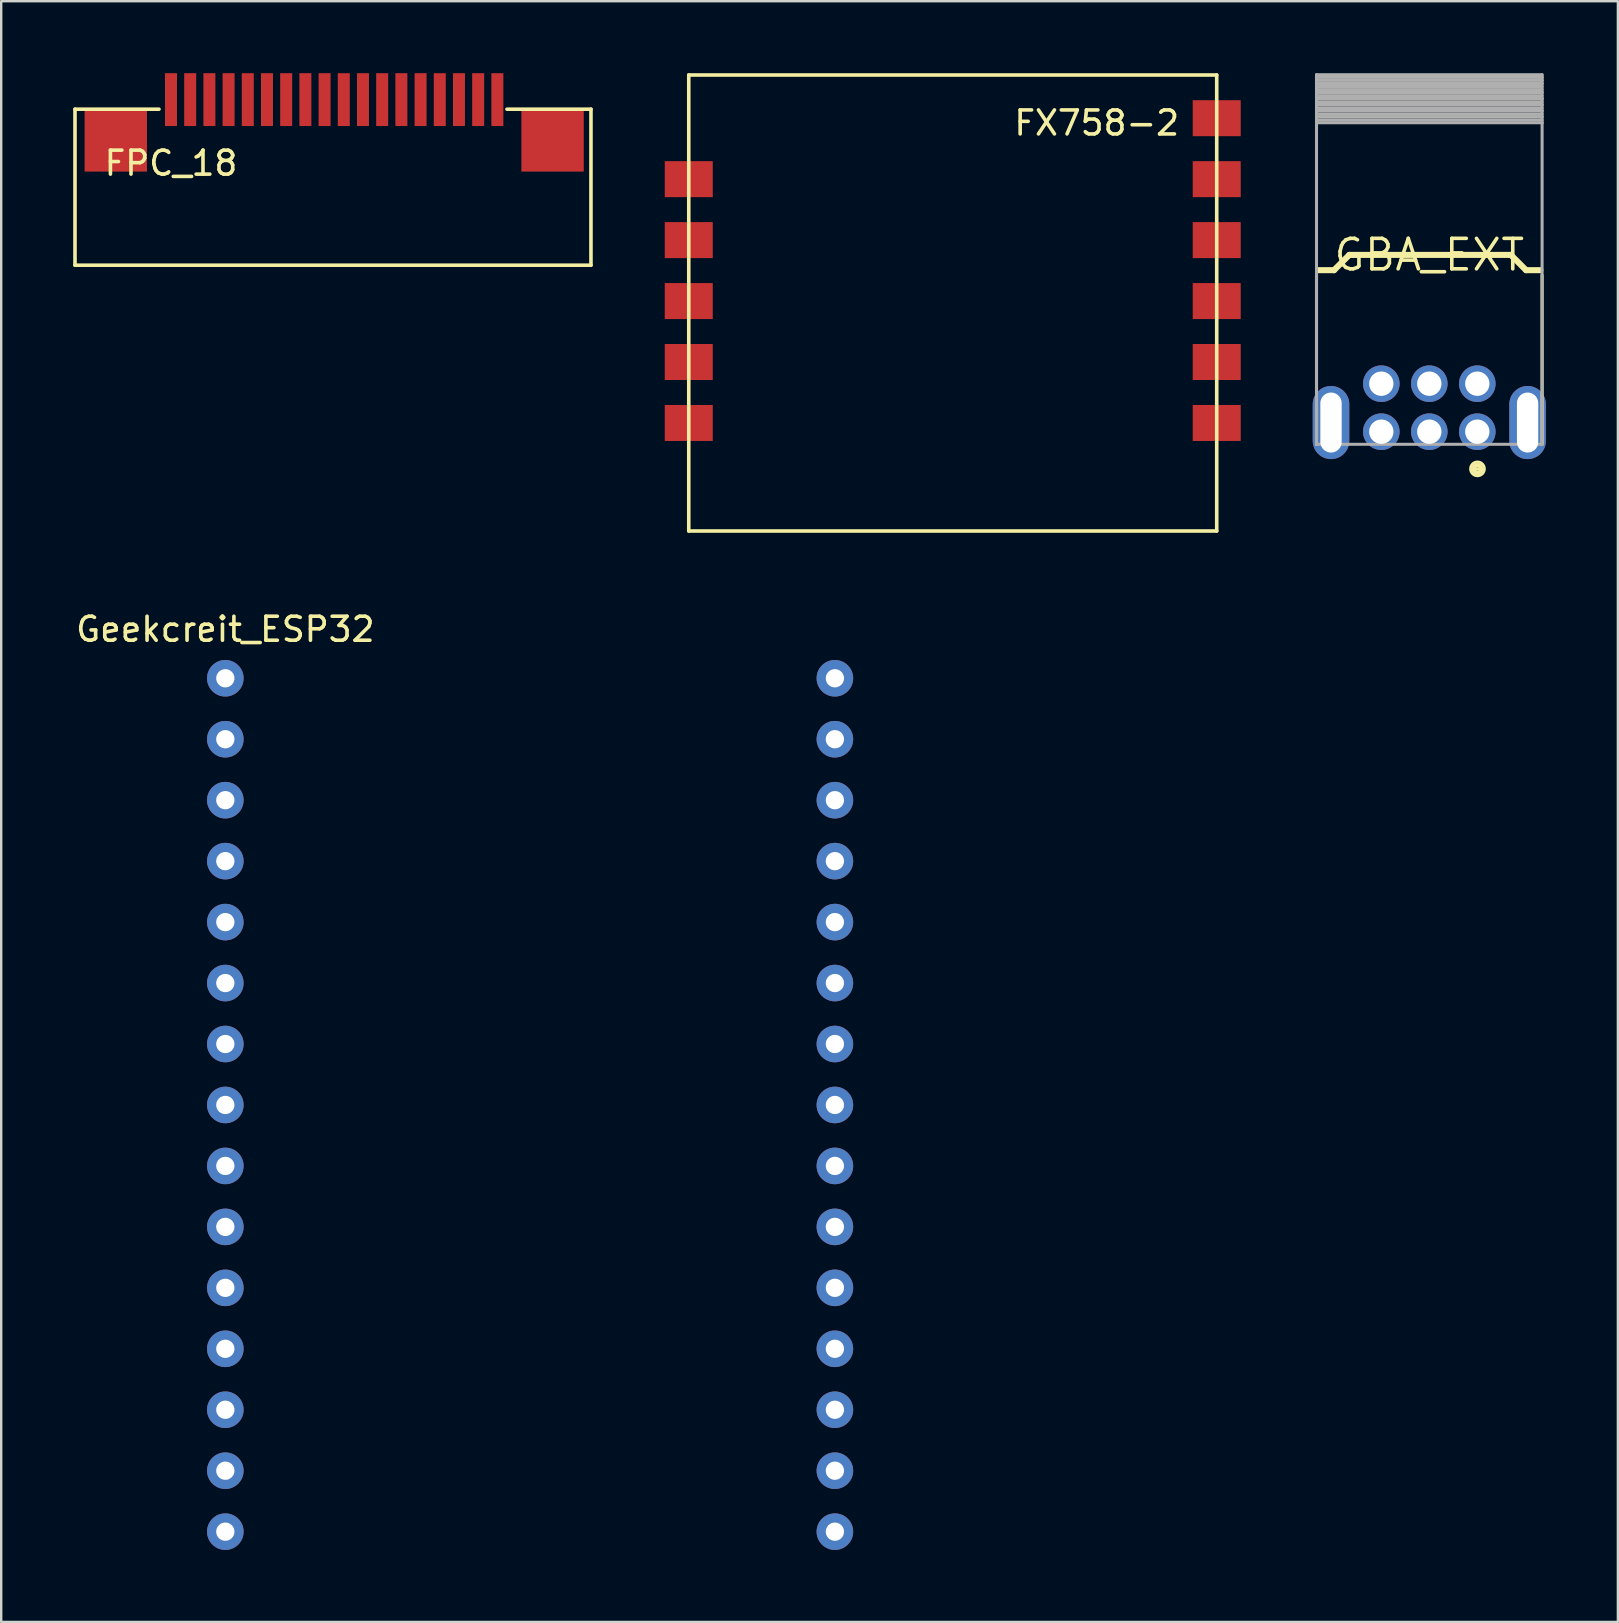
<source format=kicad_pcb>
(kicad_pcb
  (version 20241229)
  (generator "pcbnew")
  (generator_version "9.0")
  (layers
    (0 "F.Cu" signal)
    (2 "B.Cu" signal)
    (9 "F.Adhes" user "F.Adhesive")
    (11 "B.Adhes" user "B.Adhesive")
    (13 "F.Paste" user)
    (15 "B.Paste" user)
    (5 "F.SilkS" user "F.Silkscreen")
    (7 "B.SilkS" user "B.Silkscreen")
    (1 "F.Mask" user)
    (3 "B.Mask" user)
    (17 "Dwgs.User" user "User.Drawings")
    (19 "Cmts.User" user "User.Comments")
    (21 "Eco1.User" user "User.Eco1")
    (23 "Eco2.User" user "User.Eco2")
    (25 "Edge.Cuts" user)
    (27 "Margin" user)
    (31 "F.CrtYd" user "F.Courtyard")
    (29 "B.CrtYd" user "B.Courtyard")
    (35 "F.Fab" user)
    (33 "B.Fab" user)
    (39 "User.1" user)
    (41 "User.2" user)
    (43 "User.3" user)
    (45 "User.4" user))
  (footprint "FPC_18"
    (layer "F.Cu")
    (at 4.075 1.5)
    (property "Reference" "FPC_18" (at 0 2.25 0) (layer "F.SilkS") (effects (font (size 1 1) (thickness 0.15))))
    (attr smd)
    (fp_line (start -4 0) (end -4 6.5) (stroke (width 0.15) (type solid)) (layer "F.SilkS"))
    (fp_line (start -4 0) (end -0.5 0) (stroke (width 0.15) (type solid)) (layer "F.SilkS"))
    (fp_line (start -4 6.5) (end 17.5 6.5) (stroke (width 0.15) (type solid)) (layer "F.SilkS"))
    (fp_line (start 17.5 0) (end 14 0) (stroke (width 0.15) (type solid)) (layer "F.SilkS"))
    (fp_line (start 17.5 6.5) (end 17.5 0) (stroke (width 0.15) (type solid)) (layer "F.SilkS"))
    (pad "1" smd rect (at 0 -0.4) (size 0.5 2.2) (layers "F.Cu" "F.Mask" "F.Paste"))
    (pad "2" smd rect (at 0.8 -0.4) (size 0.5 2.2) (layers "F.Cu" "F.Mask" "F.Paste"))
    (pad "3" smd rect (at 1.6 -0.4) (size 0.5 2.2) (layers "F.Cu" "F.Mask" "F.Paste"))
    (pad "4" smd rect (at 2.4 -0.4) (size 0.5 2.2) (layers "F.Cu" "F.Mask" "F.Paste"))
    (pad "5" smd rect (at 3.2 -0.4) (size 0.5 2.2) (layers "F.Cu" "F.Mask" "F.Paste"))
    (pad "6" smd rect (at 4 -0.4) (size 0.5 2.2) (layers "F.Cu" "F.Mask" "F.Paste"))
    (pad "7" smd rect (at 4.8 -0.4) (size 0.5 2.2) (layers "F.Cu" "F.Mask" "F.Paste"))
    (pad "8" smd rect (at 5.6 -0.4) (size 0.5 2.2) (layers "F.Cu" "F.Mask" "F.Paste"))
    (pad "9" smd rect (at 6.4 -0.4) (size 0.5 2.2) (layers "F.Cu" "F.Mask" "F.Paste"))
    (pad "10" smd rect (at 7.2 -0.4) (size 0.5 2.2) (layers "F.Cu" "F.Mask" "F.Paste"))
    (pad "11" smd rect (at 8 -0.4) (size 0.5 2.2) (layers "F.Cu" "F.Mask" "F.Paste"))
    (pad "12" smd rect (at 8.8 -0.4) (size 0.5 2.2) (layers "F.Cu" "F.Mask" "F.Paste"))
    (pad "13" smd rect (at 9.6 -0.4) (size 0.5 2.2) (layers "F.Cu" "F.Mask" "F.Paste"))
    (pad "14" smd rect (at 10.4 -0.4) (size 0.5 2.2) (layers "F.Cu" "F.Mask" "F.Paste"))
    (pad "15" smd rect (at 11.2 -0.4) (size 0.5 2.2) (layers "F.Cu" "F.Mask" "F.Paste"))
    (pad "16" smd rect (at 12 -0.4) (size 0.5 2.2) (layers "F.Cu" "F.Mask" "F.Paste"))
    (pad "17" smd rect (at 12.8 -0.4) (size 0.5 2.2) (layers "F.Cu" "F.Mask" "F.Paste"))
    (pad "18" smd rect (at 13.6 -0.4) (size 0.5 2.2) (layers "F.Cu" "F.Mask" "F.Paste"))
    (pad "NB" smd rect (at -2.3 1.3) (size 2.6 2.6) (layers "F.Cu" "F.Mask" "F.Paste"))
    (pad "NB" smd rect (at 15.9 1.3) (size 2.6 2.6) (layers "F.Cu" "F.Mask" "F.Paste")))
  (footprint "GBA_EXT"
    (layer "F.Cu")
    (at 56.508 7.572)
    (property "Reference" "GBA_EXT" (at 0 0 180) (layer "F.SilkS") (effects (font (size 1.27 1.27) (thickness 0.15))))
    (fp_line (start -4.7 0.842) (end -4.7 7.892) (stroke (width 0.127) (type solid)) (layer "F.SilkS"))
    (fp_line (start -3.969 0.635) (end -4.629 0.635) (stroke (width 0.254) (type solid)) (layer "F.SilkS"))
    (fp_line (start -3.334 0) (end -3.969 0.635) (stroke (width 0.254) (type solid)) (layer "F.SilkS"))
    (fp_line (start 1.88 8.915) (end 2.134 8.915) (stroke (width 0.127) (type solid)) (layer "F.SilkS"))
    (fp_line (start 3.397 0) (end -3.334 0) (stroke (width 0.254) (type solid)) (layer "F.SilkS"))
    (fp_line (start 4.032 0.635) (end 3.397 0) (stroke (width 0.254) (type solid)) (layer "F.SilkS"))
    (fp_line (start 4.629 0.635) (end 4.032 0.635) (stroke (width 0.254) (type solid)) (layer "F.SilkS"))
    (fp_line (start 4.7 7.892) (end 4.7 0.842) (stroke (width 0.127) (type solid)) (layer "F.SilkS"))
    (fp_circle (center 2.007 8.915) (end 2.134 8.915) (stroke (width 0.127) (type solid)) (fill no) (layer "F.SilkS"))
    (fp_circle (center 2.007 8.915) (end 2.186 8.915) (stroke (width 0.127) (type solid)) (fill no) (layer "F.SilkS"))
    (fp_circle (center 2.007 8.915) (end 2.291 8.915) (stroke (width 0.127) (type solid)) (fill no) (layer "F.SilkS"))
    (fp_line (start -4.7 -7.508) (end -4.7 -7.397) (stroke (width 0.127) (type solid)) (layer "F.Fab"))
    (fp_line (start -4.7 -7.397) (end -4.7 -7.27) (stroke (width 0.127) (type solid)) (layer "F.Fab"))
    (fp_line (start -4.7 -7.27) (end -4.7 -7.143) (stroke (width 0.127) (type solid)) (layer "F.Fab"))
    (fp_line (start -4.7 -7.143) (end -4.7 -6.508) (stroke (width 0.127) (type solid)) (layer "F.Fab"))
    (fp_line (start -4.7 -6.508) (end -4.7 -5.508) (stroke (width 0.127) (type solid)) (layer "F.Fab"))
    (fp_line (start -4.7 -5.508) (end -4.7 7.892) (stroke (width 0.127) (type solid)) (layer "F.Fab"))
    (fp_line (start -4.7 7.892) (end 4.7 7.892) (stroke (width 0.127) (type solid)) (layer "F.Fab"))
    (fp_line (start 4.7 -7.508) (end -4.7 -7.508) (stroke (width 0.127) (type solid)) (layer "F.Fab"))
    (fp_line (start 4.7 -7.397) (end -4.7 -7.397) (stroke (width 0.127) (type solid)) (layer "F.Fab"))
    (fp_line (start 4.7 -7.397) (end 4.7 -7.508) (stroke (width 0.127) (type solid)) (layer "F.Fab"))
    (fp_line (start 4.7 -7.27) (end -4.7 -7.27) (stroke (width 0.127) (type solid)) (layer "F.Fab"))
    (fp_line (start 4.7 -7.27) (end 4.7 -7.397) (stroke (width 0.127) (type solid)) (layer "F.Fab"))
    (fp_line (start 4.7 -7.143) (end -4.7 -7.143) (stroke (width 0.127) (type solid)) (layer "F.Fab"))
    (fp_line (start 4.7 -7.143) (end 4.7 -7.27) (stroke (width 0.127) (type solid)) (layer "F.Fab"))
    (fp_line (start 4.7 -7.016) (end -4.7 -7.016) (stroke (width 0.127) (type solid)) (layer "F.Fab"))
    (fp_line (start 4.7 -6.889) (end -4.7 -6.889) (stroke (width 0.127) (type solid)) (layer "F.Fab"))
    (fp_line (start 4.7 -6.778) (end -4.7 -6.778) (stroke (width 0.127) (type solid)) (layer "F.Fab"))
    (fp_line (start 4.7 -6.762) (end -4.7 -6.762) (stroke (width 0.127) (type solid)) (layer "F.Fab"))
    (fp_line (start 4.7 -6.635) (end -4.7 -6.635) (stroke (width 0.127) (type solid)) (layer "F.Fab"))
    (fp_line (start 4.7 -6.524) (end -4.7 -6.524) (stroke (width 0.127) (type solid)) (layer "F.Fab"))
    (fp_line (start 4.7 -6.508) (end -4.7 -6.508) (stroke (width 0.127) (type solid)) (layer "F.Fab"))
    (fp_line (start 4.7 -6.508) (end 4.7 -7.143) (stroke (width 0.127) (type solid)) (layer "F.Fab"))
    (fp_line (start 4.7 -6.381) (end -4.7 -6.381) (stroke (width 0.127) (type solid)) (layer "F.Fab"))
    (fp_line (start 4.7 -6.27) (end -4.7 -6.27) (stroke (width 0.127) (type solid)) (layer "F.Fab"))
    (fp_line (start 4.7 -6.254) (end -4.7 -6.254) (stroke (width 0.127) (type solid)) (layer "F.Fab"))
    (fp_line (start 4.7 -6.127) (end -4.7 -6.127) (stroke (width 0.127) (type solid)) (layer "F.Fab"))
    (fp_line (start 4.7 -6.016) (end -4.7 -6.016) (stroke (width 0.127) (type solid)) (layer "F.Fab"))
    (fp_line (start 4.7 -6) (end -4.7 -6) (stroke (width 0.127) (type solid)) (layer "F.Fab"))
    (fp_line (start 4.7 -5.873) (end -4.7 -5.873) (stroke (width 0.127) (type solid)) (layer "F.Fab"))
    (fp_line (start 4.7 -5.762) (end -4.7 -5.762) (stroke (width 0.127) (type solid)) (layer "F.Fab"))
    (fp_line (start 4.7 -5.746) (end -4.7 -5.746) (stroke (width 0.127) (type solid)) (layer "F.Fab"))
    (fp_line (start 4.7 -5.619) (end -4.7 -5.619) (stroke (width 0.127) (type solid)) (layer "F.Fab"))
    (fp_line (start 4.7 -5.508) (end -4.7 -5.508) (stroke (width 0.127) (type solid)) (layer "F.Fab"))
    (fp_line (start 4.7 -5.508) (end 4.7 -6.508) (stroke (width 0.127) (type solid)) (layer "F.Fab"))
    (fp_line (start 4.7 7.892) (end 4.7 -5.508) (stroke (width 0.127) (type solid)) (layer "F.Fab"))
    (pad "1" thru_hole circle (at 2 7.366 180) (size 1.524 1.524) (drill 1.016) (layers "*.Cu" "*.Mask"))
    (pad "2" thru_hole circle (at 2 5.366 180) (size 1.524 1.524) (drill 1.016) (layers "*.Cu" "*.Mask"))
    (pad "3" thru_hole circle (at 0 7.366 180) (size 1.524 1.524) (drill 1.016) (layers "*.Cu" "*.Mask"))
    (pad "4" thru_hole circle (at 0 5.366 180) (size 1.524 1.524) (drill 1.016) (layers "*.Cu" "*.Mask"))
    (pad "5" thru_hole circle (at -2 7.366 180) (size 1.524 1.524) (drill 1.016) (layers "*.Cu" "*.Mask"))
    (pad "6" thru_hole circle (at -2 5.366 180) (size 1.524 1.524) (drill 1.016) (layers "*.Cu" "*.Mask"))
    (pad "7" thru_hole oval (at -4.096 6.985 270) (size 3.048 1.524) (drill oval 2.5 0.889) (layers "*.Cu" "*.Mask"))
    (pad "7" thru_hole oval (at 4.096 6.985 270) (size 3.048 1.524) (drill oval 2.5 0.889) (layers "*.Cu" "*.Mask")))
  (footprint "Geekcreit_ESP32"
    (layer "F.Cu")
    (at 19.039 40.453)
    (property "Reference" "Geekcreit_ESP32" (at -12.7 -17.28 0) (layer "F.SilkS") (effects (font (size 1 1) (thickness 0.15))))
    (attr through_hole)
    (pad "1" thru_hole circle (at -12.7 -15.24) (size 1.524 1.524) (drill 0.762) (layers "*.Cu" "*.Mask"))
    (pad "2" thru_hole circle (at -12.7 -12.7) (size 1.524 1.524) (drill 0.762) (layers "*.Cu" "*.Mask"))
    (pad "3" thru_hole circle (at -12.7 -10.16) (size 1.524 1.524) (drill 0.762) (layers "*.Cu" "*.Mask"))
    (pad "4" thru_hole circle (at -12.7 -7.62) (size 1.524 1.524) (drill 0.762) (layers "*.Cu" "*.Mask"))
    (pad "5" thru_hole circle (at -12.7 -5.08) (size 1.524 1.524) (drill 0.762) (layers "*.Cu" "*.Mask"))
    (pad "6" thru_hole circle (at -12.7 -2.54) (size 1.524 1.524) (drill 0.762) (layers "*.Cu" "*.Mask"))
    (pad "7" thru_hole circle (at -12.7 0) (size 1.524 1.524) (drill 0.762) (layers "*.Cu" "*.Mask"))
    (pad "8" thru_hole circle (at -12.7 2.54) (size 1.524 1.524) (drill 0.762) (layers "*.Cu" "*.Mask"))
    (pad "9" thru_hole circle (at -12.7 5.08) (size 1.524 1.524) (drill 0.762) (layers "*.Cu" "*.Mask"))
    (pad "10" thru_hole circle (at -12.7 7.62) (size 1.524 1.524) (drill 0.762) (layers "*.Cu" "*.Mask"))
    (pad "11" thru_hole circle (at -12.7 10.16) (size 1.524 1.524) (drill 0.762) (layers "*.Cu" "*.Mask"))
    (pad "12" thru_hole circle (at -12.7 12.7) (size 1.524 1.524) (drill 0.762) (layers "*.Cu" "*.Mask"))
    (pad "13" thru_hole circle (at -12.7 15.24) (size 1.524 1.524) (drill 0.762) (layers "*.Cu" "*.Mask"))
    (pad "14" thru_hole circle (at -12.7 17.78) (size 1.524 1.524) (drill 0.762) (layers "*.Cu" "*.Mask"))
    (pad "15" thru_hole circle (at -12.7 20.32) (size 1.524 1.524) (drill 0.762) (layers "*.Cu" "*.Mask"))
    (pad "16" thru_hole circle (at 12.7 20.32) (size 1.524 1.524) (drill 0.762) (layers "*.Cu" "*.Mask"))
    (pad "17" thru_hole circle (at 12.7 17.78) (size 1.524 1.524) (drill 0.762) (layers "*.Cu" "*.Mask"))
    (pad "18" thru_hole circle (at 12.7 15.24) (size 1.524 1.524) (drill 0.762) (layers "*.Cu" "*.Mask"))
    (pad "19" thru_hole circle (at 12.7 12.7) (size 1.524 1.524) (drill 0.762) (layers "*.Cu" "*.Mask"))
    (pad "20" thru_hole circle (at 12.7 10.16) (size 1.524 1.524) (drill 0.762) (layers "*.Cu" "*.Mask"))
    (pad "21" thru_hole circle (at 12.7 7.62) (size 1.524 1.524) (drill 0.762) (layers "*.Cu" "*.Mask"))
    (pad "22" thru_hole circle (at 12.7 5.08) (size 1.524 1.524) (drill 0.762) (layers "*.Cu" "*.Mask"))
    (pad "23" thru_hole circle (at 12.7 2.54) (size 1.524 1.524) (drill 0.762) (layers "*.Cu" "*.Mask"))
    (pad "24" thru_hole circle (at 12.7 0) (size 1.524 1.524) (drill 0.762) (layers "*.Cu" "*.Mask"))
    (pad "25" thru_hole circle (at 12.7 -2.54) (size 1.524 1.524) (drill 0.762) (layers "*.Cu" "*.Mask"))
    (pad "26" thru_hole circle (at 12.7 -5.08) (size 1.524 1.524) (drill 0.762) (layers "*.Cu" "*.Mask"))
    (pad "27" thru_hole circle (at 12.7 -7.62) (size 1.524 1.524) (drill 0.762) (layers "*.Cu" "*.Mask"))
    (pad "28" thru_hole circle (at 12.7 -10.16) (size 1.524 1.524) (drill 0.762) (layers "*.Cu" "*.Mask"))
    (pad "29" thru_hole circle (at 12.7 -12.7) (size 1.524 1.524) (drill 0.762) (layers "*.Cu" "*.Mask"))
    (pad "30" thru_hole circle (at 12.7 -15.24) (size 1.524 1.524) (drill 0.762) (layers "*.Cu" "*.Mask")))
  (footprint "FX758-2"
    (layer "F.Cu")
    (at 25.65 19.075)
    (property "Reference" "FX758-2" (at 17 -17 0) (layer "F.SilkS") (effects (font (size 1 1) (thickness 0.15))))
    (attr through_hole)
    (fp_line (start 0 -19) (end 22 -19) (stroke (width 0.15) (type solid)) (layer "F.SilkS"))
    (fp_line (start 0 0) (end 0 -19) (stroke (width 0.15) (type solid)) (layer "F.SilkS"))
    (fp_line (start 22 -19) (end 22 0) (stroke (width 0.15) (type solid)) (layer "F.SilkS"))
    (fp_line (start 22 0) (end 0 0) (stroke (width 0.15) (type solid)) (layer "F.SilkS"))
    (pad "1" smd rect (at 0 -4.5) (size 2 1.5) (layers "F.Cu" "F.Mask" "F.Paste"))
    (pad "2" smd rect (at 0 -7.04) (size 2 1.5) (layers "F.Cu" "F.Mask" "F.Paste"))
    (pad "3" smd rect (at 0 -9.58) (size 2 1.5) (layers "F.Cu" "F.Mask" "F.Paste"))
    (pad "4" smd rect (at 0 -12.12) (size 2 1.5) (layers "F.Cu" "F.Mask" "F.Paste"))
    (pad "5" smd rect (at 0 -14.66) (size 2 1.5) (layers "F.Cu" "F.Mask" "F.Paste"))
    (pad "6" smd rect (at 22 -17.2) (size 2 1.5) (layers "F.Cu" "F.Mask" "F.Paste"))
    (pad "7" smd rect (at 22 -14.66) (size 2 1.5) (layers "F.Cu" "F.Mask" "F.Paste"))
    (pad "8" smd rect (at 22 -12.12) (size 2 1.5) (layers "F.Cu" "F.Mask" "F.Paste"))
    (pad "9" smd rect (at 22 -9.58) (size 2 1.5) (layers "F.Cu" "F.Mask" "F.Paste"))
    (pad "10" smd rect (at 22 -7.04) (size 2 1.5) (layers "F.Cu" "F.Mask" "F.Paste"))
    (pad "11" smd rect (at 22 -4.5) (size 2 1.5) (layers "F.Cu" "F.Mask" "F.Paste")))
  (gr_rect
    (start -3 -3)
    (end 64.366 64.535)
    (stroke (width 0.1) (type default))
    (fill no)
    (layer "Edge.Cuts")))
</source>
